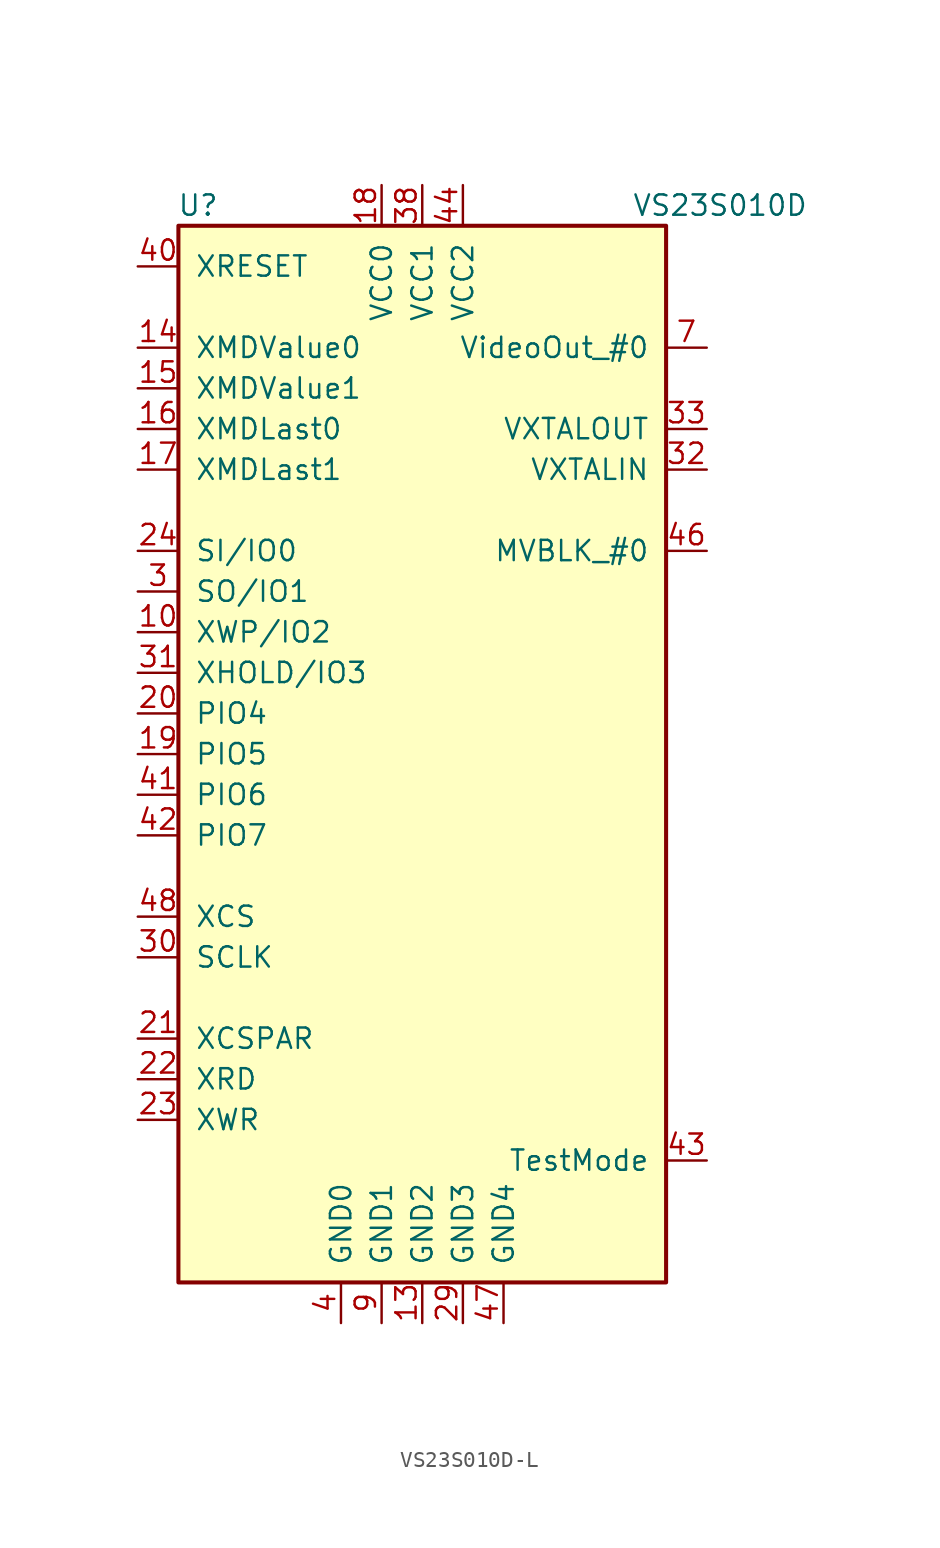
<source format=kicad_sym>
(kicad_symbol_lib
  (version 20220914)
  (generator kicad_symbol_editor)
  (symbol "VS23S010D-L"
    (pin_names
      (offset 1.016))
    (property "Reference" "U"
      (at -12.7 34.29 0)
      (effects (font (size 1.27 1.27)) (justify right)))
    (property "Value" "VS23S010D"
      (at 24.13 34.29 0)
      (effects (font (size 1.27 1.27)) (justify right)))
    (symbol "VS23S010D-L_0_1"
      (rectangle (start -15.24 33.02) (end 15.24 -33.02) (stroke (width 0.254) (type default)) (fill (type background))))
    (symbol "VS23S010D-L_1_1"
      (pin bidirectional line (at -17.78 7.62 0) (length 2.54) (name "XWP/IO2" (effects (font (size 1.27 1.27)))) (number "10" (effects (font (size 1.27 1.27)))))
      (pin power_in line (at 0 -35.56 90) (length 2.54) (name "GND2" (effects (font (size 1.27 1.27)))) (number "13" (effects (font (size 1.27 1.27)))))
      (pin input line (at -17.78 25.4 0) (length 2.54) (name "XMDValue0" (effects (font (size 1.27 1.27)))) (number "14" (effects (font (size 1.27 1.27)))))
      (pin input line (at -17.78 22.86 0) (length 2.54) (name "XMDValue1" (effects (font (size 1.27 1.27)))) (number "15" (effects (font (size 1.27 1.27)))))
      (pin input line (at -17.78 20.32 0) (length 2.54) (name "XMDLast0" (effects (font (size 1.27 1.27)))) (number "16" (effects (font (size 1.27 1.27)))))
      (pin input line (at -17.78 17.78 0) (length 2.54) (name "XMDLast1" (effects (font (size 1.27 1.27)))) (number "17" (effects (font (size 1.27 1.27)))))
      (pin power_in line (at -2.54 35.56 270) (length 2.54) (name "VCC0" (effects (font (size 1.27 1.27)))) (number "18" (effects (font (size 1.27 1.27)))))
      (pin bidirectional line (at -17.78 0 0) (length 2.54) (name "PIO5" (effects (font (size 1.27 1.27)))) (number "19" (effects (font (size 1.27 1.27)))))
      (pin bidirectional line (at -17.78 2.54 0) (length 2.54) (name "PIO4" (effects (font (size 1.27 1.27)))) (number "20" (effects (font (size 1.27 1.27)))))
      (pin input line (at -17.78 -17.78 0) (length 2.54) (name "XCSPAR" (effects (font (size 1.27 1.27)))) (number "21" (effects (font (size 1.27 1.27)))))
      (pin input line (at -17.78 -20.32 0) (length 2.54) (name "XRD" (effects (font (size 1.27 1.27)))) (number "22" (effects (font (size 1.27 1.27)))))
      (pin input line (at -17.78 -22.86 0) (length 2.54) (name "XWR" (effects (font (size 1.27 1.27)))) (number "23" (effects (font (size 1.27 1.27)))))
      (pin bidirectional line (at -17.78 12.7 0) (length 2.54) (name "SI/IO0" (effects (font (size 1.27 1.27)))) (number "24" (effects (font (size 1.27 1.27)))))
      (pin power_in line (at 2.54 -35.56 90) (length 2.54) (name "GND3" (effects (font (size 1.27 1.27)))) (number "29" (effects (font (size 1.27 1.27)))))
      (pin bidirectional line (at -17.78 10.16 0) (length 2.54) (name "SO/IO1" (effects (font (size 1.27 1.27)))) (number "3" (effects (font (size 1.27 1.27)))))
      (pin input line (at -17.78 -12.7 0) (length 2.54) (name "SCLK" (effects (font (size 1.27 1.27)))) (number "30" (effects (font (size 1.27 1.27)))))
      (pin bidirectional line (at -17.78 5.08 0) (length 2.54) (name "XHOLD/IO3" (effects (font (size 1.27 1.27)))) (number "31" (effects (font (size 1.27 1.27)))))
      (pin input line (at 17.78 17.78 180) (length 2.54) (name "VXTALIN" (effects (font (size 1.27 1.27)))) (number "32" (effects (font (size 1.27 1.27)))))
      (pin output line (at 17.78 20.32 180) (length 2.54) (name "VXTALOUT" (effects (font (size 1.27 1.27)))) (number "33" (effects (font (size 1.27 1.27)))))
      (pin power_in line (at 0 35.56 270) (length 2.54) (name "VCC1" (effects (font (size 1.27 1.27)))) (number "38" (effects (font (size 1.27 1.27)))))
      (pin no_connect line (at 17.78 -22.86 180) (length 2.54) hide (name "CVDD" (effects (font (size 1.27 1.27)))) (number "39" (effects (font (size 1.27 1.27)))))
      (pin power_in line (at -5.08 -35.56 90) (length 2.54) (name "GND0" (effects (font (size 1.27 1.27)))) (number "4" (effects (font (size 1.27 1.27)))))
      (pin input line (at -17.78 30.48 0) (length 2.54) (name "XRESET" (effects (font (size 1.27 1.27)))) (number "40" (effects (font (size 1.27 1.27)))))
      (pin bidirectional line (at -17.78 -2.54 0) (length 2.54) (name "PIO6" (effects (font (size 1.27 1.27)))) (number "41" (effects (font (size 1.27 1.27)))))
      (pin bidirectional line (at -17.78 -5.08 0) (length 2.54) (name "PIO7" (effects (font (size 1.27 1.27)))) (number "42" (effects (font (size 1.27 1.27)))))
      (pin input line (at 17.78 -25.4 180) (length 2.54) (name "TestMode" (effects (font (size 1.27 1.27)))) (number "43" (effects (font (size 1.27 1.27)))))
      (pin power_in line (at 2.54 35.56 270) (length 2.54) (name "VCC2" (effects (font (size 1.27 1.27)))) (number "44" (effects (font (size 1.27 1.27)))))
      (pin output line (at 17.78 12.7 180) (length 2.54) (name "MVBLK_#0" (effects (font (size 1.27 1.27)))) (number "46" (effects (font (size 1.27 1.27)))))
      (pin power_in line (at 5.08 -35.56 90) (length 2.54) (name "GND4" (effects (font (size 1.27 1.27)))) (number "47" (effects (font (size 1.27 1.27)))))
      (pin input line (at -17.78 -10.16 0) (length 2.54) (name "XCS" (effects (font (size 1.27 1.27)))) (number "48" (effects (font (size 1.27 1.27)))))
      (pin output line (at 17.78 25.4 180) (length 2.54) (name "VideoOut_#0" (effects (font (size 1.27 1.27)))) (number "7" (effects (font (size 1.27 1.27)))))
      (pin power_in line (at -2.54 -35.56 90) (length 2.54) (name "GND1" (effects (font (size 1.27 1.27)))) (number "9" (effects (font (size 1.27 1.27))))))))
</source>
